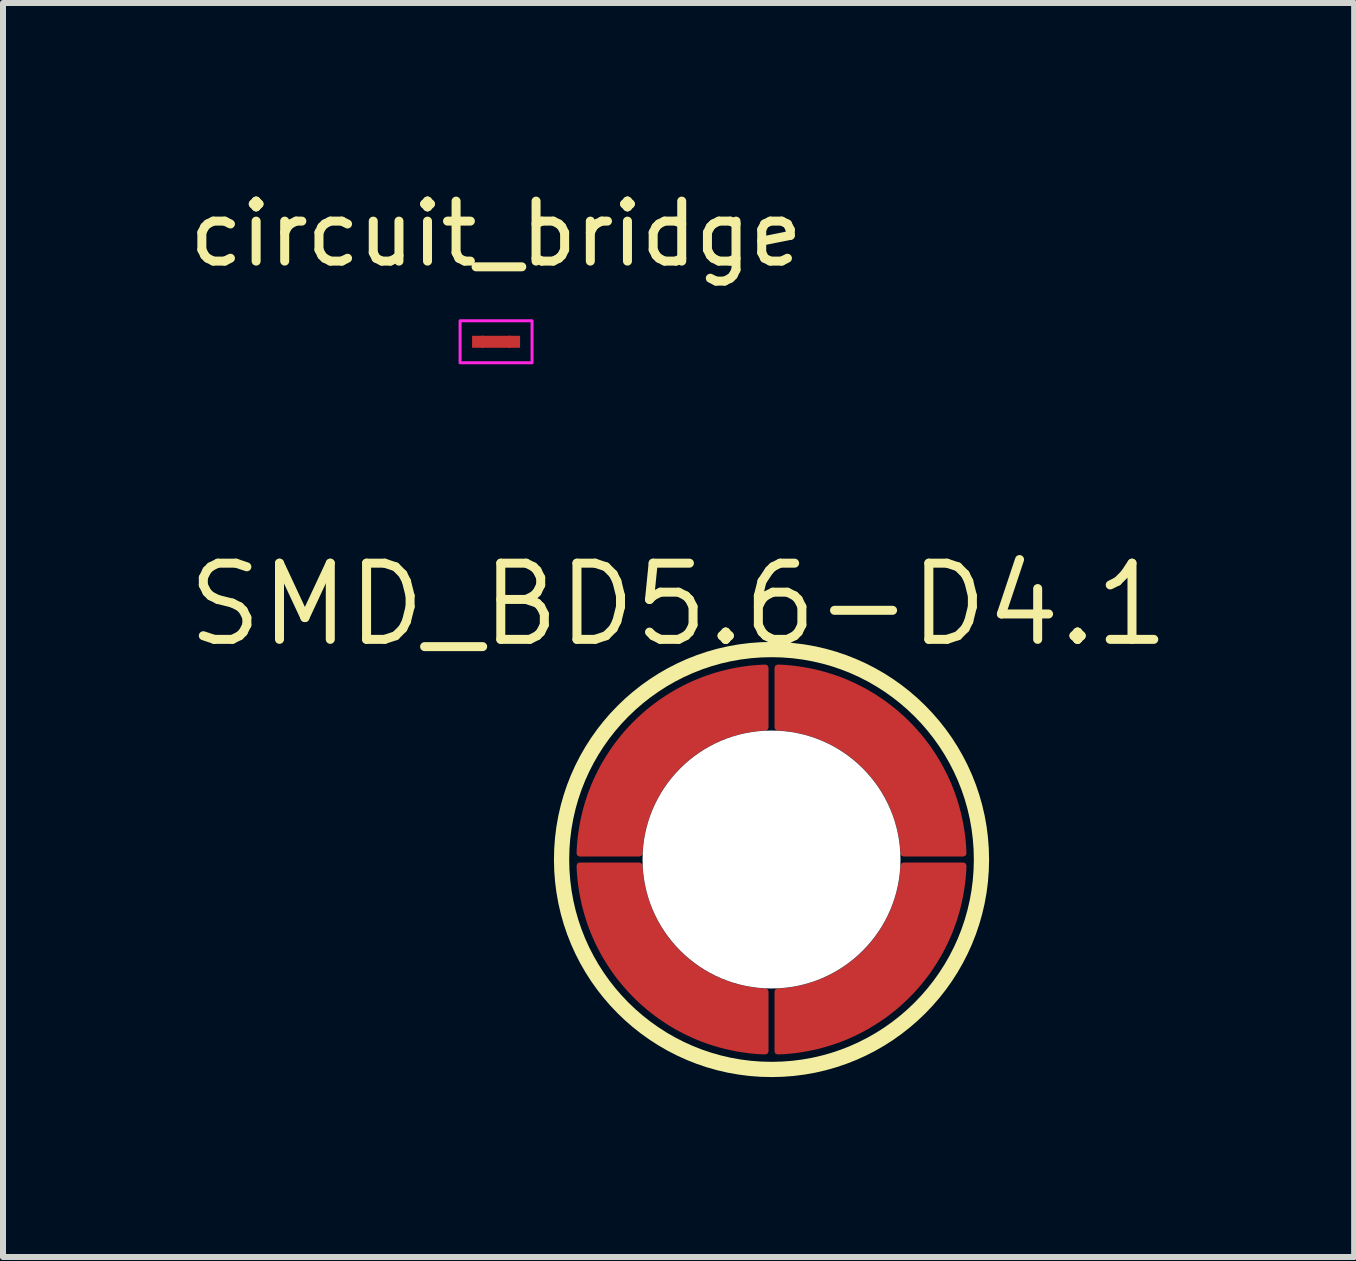
<source format=kicad_pcb>
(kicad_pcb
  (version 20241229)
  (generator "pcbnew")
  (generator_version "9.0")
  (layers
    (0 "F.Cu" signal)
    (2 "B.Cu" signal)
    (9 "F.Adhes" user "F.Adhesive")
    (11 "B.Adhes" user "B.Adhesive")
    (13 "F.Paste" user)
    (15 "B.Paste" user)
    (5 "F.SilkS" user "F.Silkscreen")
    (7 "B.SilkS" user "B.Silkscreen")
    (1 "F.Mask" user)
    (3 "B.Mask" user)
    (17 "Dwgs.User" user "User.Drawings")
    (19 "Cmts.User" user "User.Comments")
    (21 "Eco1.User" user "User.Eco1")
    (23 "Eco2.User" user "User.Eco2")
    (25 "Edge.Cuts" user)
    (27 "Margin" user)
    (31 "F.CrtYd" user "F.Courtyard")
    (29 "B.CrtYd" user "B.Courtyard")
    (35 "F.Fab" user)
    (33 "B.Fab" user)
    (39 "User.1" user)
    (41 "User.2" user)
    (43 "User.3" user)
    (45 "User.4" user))
  (footprint "SMD_BD5.6-D4.1"
    (layer "F.Cu")
    (at 9.812 11.279)
    (property "Reference" "SMD_BD5.6-D4.1" (at -1.55 -4.25 0) (layer "F.SilkS") (effects (font (size 1.27 1.27) (thickness 0.15))))
    (attr smd)
    (fp_circle (center 0 0) (end 3.5 0) (stroke (width 0.254) (type solid)) (fill no) (layer "F.SilkS"))
    (fp_circle (center 0 0) (end 1.025 0) (stroke (width 2.05) (type solid)) (fill no) (layer "Cmts.User"))
    (fp_circle (center 0 0) (end 0 0) (stroke (width 0.12) (type default)) (fill no) (layer "Eco1.User"))
    (pad "" np_thru_hole circle (at 0 0) (size 4.3 4.3) (drill 4.3) (layers "*.Cu" "*.Mask"))
    (pad "1" smd custom (at -2.102 -1.65 90) (size 1 1) (layers "F.Cu" "F.Mask" "F.Paste") (options (anchor circle)) (primitives (gr_poly (pts (xy 1.55 2.002) (xy 0.55 2.002) (xy 0.546 1.934) (xy 0.54 1.866) (xy 0.532 1.799) (xy 0.521 1.732) (xy 0.509 1.665) (xy 0.494 1.599) (xy 0.478 1.533) (xy 0.459 1.468) (xy 0.439 1.403) (xy 0.416 1.339) (xy 0.392 1.275) (xy 0.366 1.213) (xy 0.337 1.151) (xy 0.307 1.09) (xy 0.275 1.03) (xy 0.241 0.972) (xy 0.205 0.914) (xy 0.168 0.857) (xy 0.128 0.802) (xy 0.088 0.747) (xy 0.045 0.695) (xy 0.001 0.643) (xy -0.045 0.593) (xy -0.092 0.544) (xy -0.141 0.497) (xy -0.191 0.451) (xy -0.243 0.407) (xy -0.296 0.364) (xy -0.35 0.323) (xy -0.405 0.284) (xy -0.462 0.247) (xy -0.52 0.211) (xy -0.579 0.177) (xy -0.638 0.145) (xy -0.699 0.115) (xy -0.761 0.086) (xy -0.823 0.06) (xy -0.887 0.035) (xy -0.951 0.013) (xy -1.016 -0.008) (xy -1.081 -0.026) (xy -1.147 -0.043) (xy -1.213 -0.057) (xy -1.28 -0.069) (xy -1.347 -0.08) (xy -1.415 -0.088) (xy -1.482 -0.094) (xy -1.55 -0.098) (xy -1.55 -1.098) (xy -1.468 -1.095) (xy -1.387 -1.089) (xy -1.305 -1.081) (xy -1.224 -1.071) (xy -1.143 -1.059) (xy -1.062 -1.045) (xy -0.982 -1.029) (xy -0.902 -1.011) (xy -0.823 -0.991) (xy -0.744 -0.969) (xy -0.666 -0.945) (xy -0.588 -0.919) (xy -0.511 -0.891) (xy -0.435 -0.861) (xy -0.36 -0.829) (xy -0.285 -0.795) (xy -0.212 -0.759) (xy -0.139 -0.721) (xy -0.067 -0.682) (xy 0.003 -0.64) (xy 0.073 -0.597) (xy 0.141 -0.552) (xy 0.209 -0.506) (xy 0.275 -0.457) (xy 0.339 -0.407) (xy 0.403 -0.356) (xy 0.465 -0.302) (xy 0.526 -0.248) (xy 0.585 -0.191) (xy 0.643 -0.133) (xy 0.699 -0.074) (xy 0.754 -0.013) (xy 0.808 0.049) (xy 0.859 0.112) (xy 0.909 0.177) (xy 0.958 0.243) (xy 1.004 0.311) (xy 1.049 0.379) (xy 1.092 0.449) (xy 1.134 0.519) (xy 1.173 0.591) (xy 1.211 0.664) (xy 1.247 0.737) (xy 1.281 0.812) (xy 1.313 0.887) (xy 1.343 0.963) (xy 1.371 1.04) (xy 1.397 1.118) (xy 1.421 1.196) (xy 1.443 1.275) (xy 1.463 1.354) (xy 1.481 1.434) (xy 1.497 1.514) (xy 1.511 1.595) (xy 1.523 1.676) (xy 1.533 1.757) (xy 1.541 1.838) (xy 1.546 1.92) (xy 1.55 2.002)) (width 0.1) (fill yes))))
    (pad "2" smd custom (at 1.65 -2.102) (size 1 1) (layers "F.Cu" "F.Mask" "F.Paste") (options (anchor circle)) (primitives (gr_poly (pts (xy 1.55 2.002) (xy 0.55 2.002) (xy 0.546 1.934) (xy 0.54 1.866) (xy 0.532 1.799) (xy 0.521 1.732) (xy 0.509 1.665) (xy 0.494 1.599) (xy 0.478 1.533) (xy 0.459 1.468) (xy 0.439 1.403) (xy 0.416 1.339) (xy 0.392 1.275) (xy 0.366 1.213) (xy 0.337 1.151) (xy 0.307 1.09) (xy 0.275 1.03) (xy 0.241 0.972) (xy 0.205 0.914) (xy 0.168 0.857) (xy 0.128 0.802) (xy 0.088 0.747) (xy 0.045 0.695) (xy 0.001 0.643) (xy -0.045 0.593) (xy -0.092 0.544) (xy -0.141 0.497) (xy -0.191 0.451) (xy -0.243 0.407) (xy -0.296 0.364) (xy -0.35 0.323) (xy -0.405 0.284) (xy -0.462 0.247) (xy -0.52 0.211) (xy -0.579 0.177) (xy -0.638 0.145) (xy -0.699 0.115) (xy -0.761 0.086) (xy -0.823 0.06) (xy -0.887 0.035) (xy -0.951 0.013) (xy -1.016 -0.008) (xy -1.081 -0.026) (xy -1.147 -0.043) (xy -1.213 -0.057) (xy -1.28 -0.069) (xy -1.347 -0.08) (xy -1.415 -0.088) (xy -1.482 -0.094) (xy -1.55 -0.098) (xy -1.55 -1.098) (xy -1.468 -1.095) (xy -1.387 -1.089) (xy -1.305 -1.081) (xy -1.224 -1.071) (xy -1.143 -1.059) (xy -1.062 -1.045) (xy -0.982 -1.029) (xy -0.902 -1.011) (xy -0.823 -0.991) (xy -0.744 -0.969) (xy -0.666 -0.945) (xy -0.588 -0.919) (xy -0.511 -0.891) (xy -0.435 -0.861) (xy -0.36 -0.829) (xy -0.285 -0.795) (xy -0.212 -0.759) (xy -0.139 -0.721) (xy -0.067 -0.682) (xy 0.003 -0.64) (xy 0.073 -0.597) (xy 0.141 -0.552) (xy 0.209 -0.506) (xy 0.275 -0.457) (xy 0.339 -0.407) (xy 0.403 -0.356) (xy 0.465 -0.302) (xy 0.526 -0.248) (xy 0.585 -0.191) (xy 0.643 -0.133) (xy 0.699 -0.074) (xy 0.754 -0.013) (xy 0.808 0.049) (xy 0.859 0.112) (xy 0.909 0.177) (xy 0.958 0.243) (xy 1.004 0.311) (xy 1.049 0.379) (xy 1.092 0.449) (xy 1.134 0.519) (xy 1.173 0.591) (xy 1.211 0.664) (xy 1.247 0.737) (xy 1.281 0.812) (xy 1.313 0.887) (xy 1.343 0.963) (xy 1.371 1.04) (xy 1.397 1.118) (xy 1.421 1.196) (xy 1.443 1.275) (xy 1.463 1.354) (xy 1.481 1.434) (xy 1.497 1.514) (xy 1.511 1.595) (xy 1.523 1.676) (xy 1.533 1.757) (xy 1.541 1.838) (xy 1.546 1.92) (xy 1.55 2.002)) (width 0.1) (fill yes))))
    (pad "3" smd custom (at 2.102 1.65 270) (size 1 1) (layers "F.Cu" "F.Mask" "F.Paste") (options (anchor circle)) (primitives (gr_poly (pts (xy 1.55 2.002) (xy 0.55 2.002) (xy 0.546 1.934) (xy 0.54 1.866) (xy 0.532 1.799) (xy 0.521 1.732) (xy 0.509 1.665) (xy 0.494 1.599) (xy 0.478 1.533) (xy 0.459 1.468) (xy 0.439 1.403) (xy 0.416 1.339) (xy 0.392 1.275) (xy 0.366 1.213) (xy 0.337 1.151) (xy 0.307 1.09) (xy 0.275 1.03) (xy 0.241 0.972) (xy 0.205 0.914) (xy 0.168 0.857) (xy 0.128 0.802) (xy 0.088 0.747) (xy 0.045 0.695) (xy 0.001 0.643) (xy -0.045 0.593) (xy -0.092 0.544) (xy -0.141 0.497) (xy -0.191 0.451) (xy -0.243 0.407) (xy -0.296 0.364) (xy -0.35 0.323) (xy -0.405 0.284) (xy -0.462 0.247) (xy -0.52 0.211) (xy -0.579 0.177) (xy -0.638 0.145) (xy -0.699 0.115) (xy -0.761 0.086) (xy -0.823 0.06) (xy -0.887 0.035) (xy -0.951 0.013) (xy -1.016 -0.008) (xy -1.081 -0.026) (xy -1.147 -0.043) (xy -1.213 -0.057) (xy -1.28 -0.069) (xy -1.347 -0.08) (xy -1.415 -0.088) (xy -1.482 -0.094) (xy -1.55 -0.098) (xy -1.55 -1.098) (xy -1.468 -1.095) (xy -1.387 -1.089) (xy -1.305 -1.081) (xy -1.224 -1.071) (xy -1.143 -1.059) (xy -1.062 -1.045) (xy -0.982 -1.029) (xy -0.902 -1.011) (xy -0.823 -0.991) (xy -0.744 -0.969) (xy -0.666 -0.945) (xy -0.588 -0.919) (xy -0.511 -0.891) (xy -0.435 -0.861) (xy -0.36 -0.829) (xy -0.285 -0.795) (xy -0.212 -0.759) (xy -0.139 -0.721) (xy -0.067 -0.682) (xy 0.003 -0.64) (xy 0.073 -0.597) (xy 0.141 -0.552) (xy 0.209 -0.506) (xy 0.275 -0.457) (xy 0.339 -0.407) (xy 0.403 -0.356) (xy 0.465 -0.302) (xy 0.526 -0.248) (xy 0.585 -0.191) (xy 0.643 -0.133) (xy 0.699 -0.074) (xy 0.754 -0.013) (xy 0.808 0.049) (xy 0.859 0.112) (xy 0.909 0.177) (xy 0.958 0.243) (xy 1.004 0.311) (xy 1.049 0.379) (xy 1.092 0.449) (xy 1.134 0.519) (xy 1.173 0.591) (xy 1.211 0.664) (xy 1.247 0.737) (xy 1.281 0.812) (xy 1.313 0.887) (xy 1.343 0.963) (xy 1.371 1.04) (xy 1.397 1.118) (xy 1.421 1.196) (xy 1.443 1.275) (xy 1.463 1.354) (xy 1.481 1.434) (xy 1.497 1.514) (xy 1.511 1.595) (xy 1.523 1.676) (xy 1.533 1.757) (xy 1.541 1.838) (xy 1.546 1.92) (xy 1.55 2.002)) (width 0.1) (fill yes))))
    (pad "4" smd custom (at -1.65 2.102 180) (size 1 1) (layers "F.Cu" "F.Mask" "F.Paste") (options (anchor circle)) (primitives (gr_poly (pts (xy 1.55 2.002) (xy 0.55 2.002) (xy 0.546 1.934) (xy 0.54 1.866) (xy 0.532 1.799) (xy 0.521 1.732) (xy 0.509 1.665) (xy 0.494 1.599) (xy 0.478 1.533) (xy 0.459 1.468) (xy 0.439 1.403) (xy 0.416 1.339) (xy 0.392 1.275) (xy 0.366 1.213) (xy 0.337 1.151) (xy 0.307 1.09) (xy 0.275 1.03) (xy 0.241 0.972) (xy 0.205 0.914) (xy 0.168 0.857) (xy 0.128 0.802) (xy 0.088 0.747) (xy 0.045 0.695) (xy 0.001 0.643) (xy -0.045 0.593) (xy -0.092 0.544) (xy -0.141 0.497) (xy -0.191 0.451) (xy -0.243 0.407) (xy -0.296 0.364) (xy -0.35 0.323) (xy -0.405 0.284) (xy -0.462 0.247) (xy -0.52 0.211) (xy -0.579 0.177) (xy -0.638 0.145) (xy -0.699 0.115) (xy -0.761 0.086) (xy -0.823 0.06) (xy -0.887 0.035) (xy -0.951 0.013) (xy -1.016 -0.008) (xy -1.081 -0.026) (xy -1.147 -0.043) (xy -1.213 -0.057) (xy -1.28 -0.069) (xy -1.347 -0.08) (xy -1.415 -0.088) (xy -1.482 -0.094) (xy -1.55 -0.098) (xy -1.55 -1.098) (xy -1.468 -1.095) (xy -1.387 -1.089) (xy -1.305 -1.081) (xy -1.224 -1.071) (xy -1.143 -1.059) (xy -1.062 -1.045) (xy -0.982 -1.029) (xy -0.902 -1.011) (xy -0.823 -0.991) (xy -0.744 -0.969) (xy -0.666 -0.945) (xy -0.588 -0.919) (xy -0.511 -0.891) (xy -0.435 -0.861) (xy -0.36 -0.829) (xy -0.285 -0.795) (xy -0.212 -0.759) (xy -0.139 -0.721) (xy -0.067 -0.682) (xy 0.003 -0.64) (xy 0.073 -0.597) (xy 0.141 -0.552) (xy 0.209 -0.506) (xy 0.275 -0.457) (xy 0.339 -0.407) (xy 0.403 -0.356) (xy 0.465 -0.302) (xy 0.526 -0.248) (xy 0.585 -0.191) (xy 0.643 -0.133) (xy 0.699 -0.074) (xy 0.754 -0.013) (xy 0.808 0.049) (xy 0.859 0.112) (xy 0.909 0.177) (xy 0.958 0.243) (xy 1.004 0.311) (xy 1.049 0.379) (xy 1.092 0.449) (xy 1.134 0.519) (xy 1.173 0.591) (xy 1.211 0.664) (xy 1.247 0.737) (xy 1.281 0.812) (xy 1.313 0.887) (xy 1.343 0.963) (xy 1.371 1.04) (xy 1.397 1.118) (xy 1.421 1.196) (xy 1.443 1.275) (xy 1.463 1.354) (xy 1.481 1.434) (xy 1.497 1.514) (xy 1.511 1.595) (xy 1.523 1.676) (xy 1.533 1.757) (xy 1.541 1.838) (xy 1.546 1.92) (xy 1.55 2.002)) (width 0.1) (fill yes)))))
  (footprint "circuit_bridge"
    (layer "F.Cu")
    (at 5.22 2.648)
    (property "Reference" "circuit_bridge" (at 0 -1.8 0) (layer "F.SilkS") (effects (font (size 1 1) (thickness 0.15))))
    (attr exclude_from_pos_files exclude_from_bom)
    (fp_poly (pts (xy -0.25 -0.1) (xy 0.25 -0.1) (xy 0.25 0.1) (xy -0.25 0.1)) (stroke (width 0) (type solid)) (fill yes) (layer "F.Cu"))
    (fp_rect (start 0.6 -0.35) (end -0.6 0.35) (stroke (width 0.05) (type default)) (fill no) (layer "F.CrtYd"))
    (pad "1" smd rect (at -0.3 0) (size 0.2 0.2) (layers "F.Cu" "F.Mask"))
    (pad "2" smd rect (at 0.3 0) (size 0.2 0.2) (layers "F.Cu" "F.Mask")))
  (gr_rect
    (start -3 -3)
    (end 19.525 17.906)
    (stroke (width 0.1) (type default))
    (fill no)
    (layer "Edge.Cuts")))
</source>
